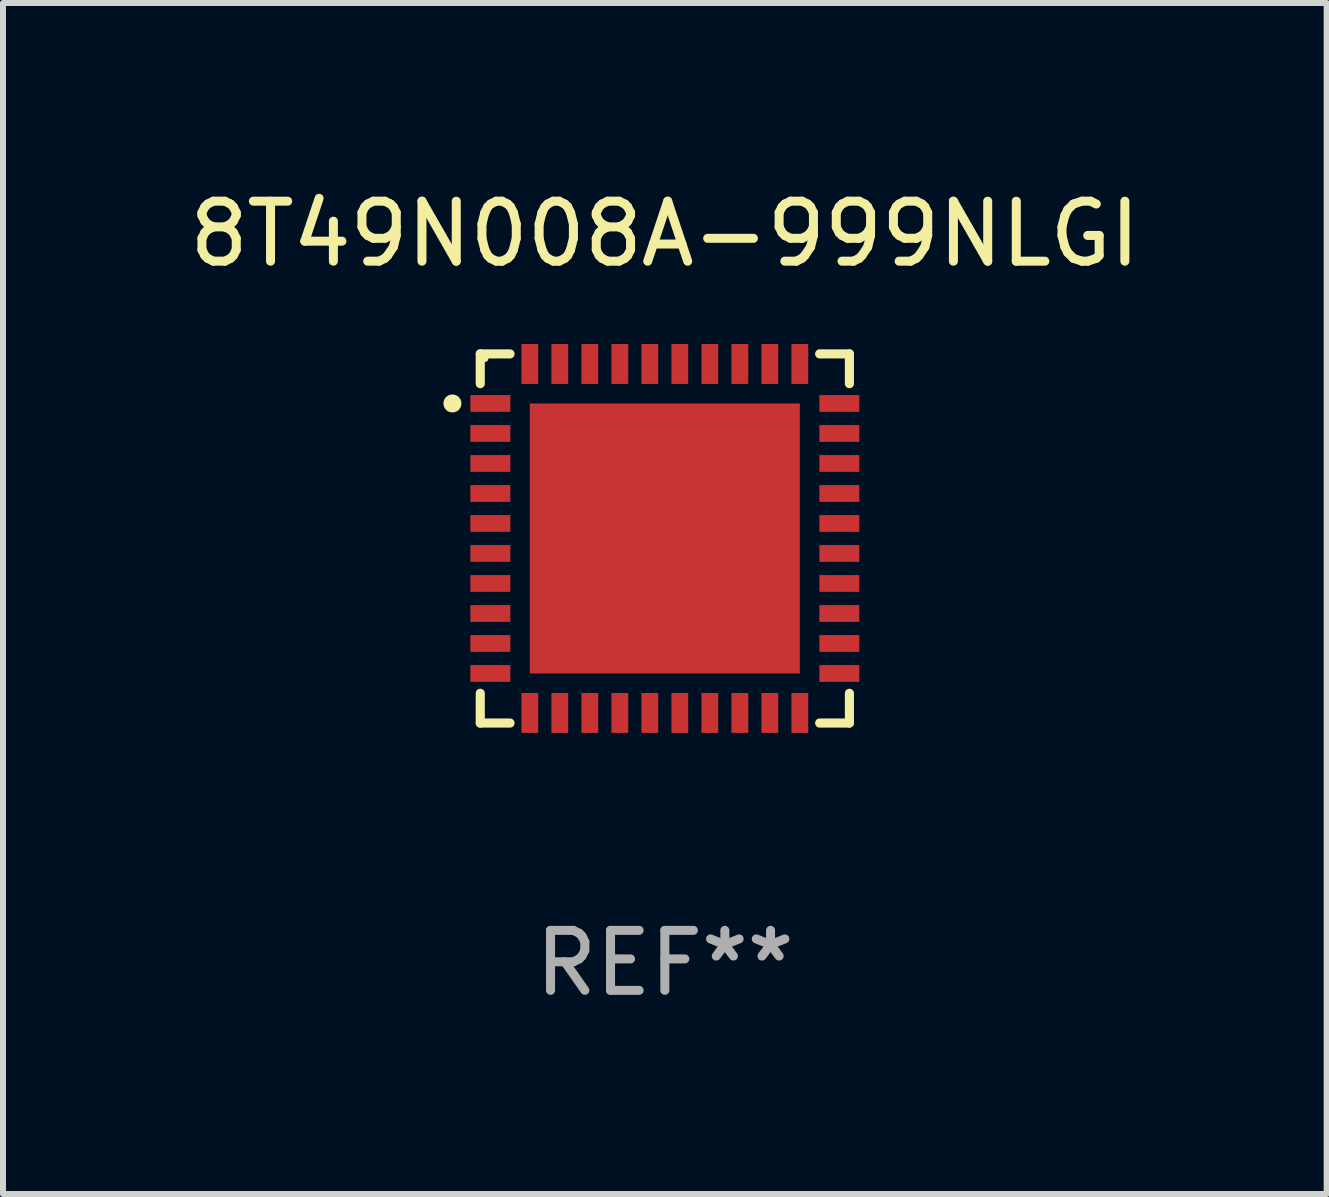
<source format=kicad_pcb>
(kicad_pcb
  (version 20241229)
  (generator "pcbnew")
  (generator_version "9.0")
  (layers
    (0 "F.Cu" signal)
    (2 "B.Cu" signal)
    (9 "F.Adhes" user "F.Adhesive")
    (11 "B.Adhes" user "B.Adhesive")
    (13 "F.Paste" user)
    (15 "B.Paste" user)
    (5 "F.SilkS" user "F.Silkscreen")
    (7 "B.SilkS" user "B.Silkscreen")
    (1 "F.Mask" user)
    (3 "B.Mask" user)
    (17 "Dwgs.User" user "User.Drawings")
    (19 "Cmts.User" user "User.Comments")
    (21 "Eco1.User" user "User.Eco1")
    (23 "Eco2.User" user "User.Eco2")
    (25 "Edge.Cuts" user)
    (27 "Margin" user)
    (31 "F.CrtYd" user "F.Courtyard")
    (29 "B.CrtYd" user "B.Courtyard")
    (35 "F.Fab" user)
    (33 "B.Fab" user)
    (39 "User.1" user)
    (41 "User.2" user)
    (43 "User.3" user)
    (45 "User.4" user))
  (footprint "8T49N008A-999NLGI"
    (layer "F.Cu")
    (at 8.03 5.924)
    (property "Reference" "8T49N008A-999NLGI" (at 0 -5.076 0) (layer "F.SilkS") (effects (font (size 1 1) (thickness 0.15))))
    (attr through_hole)
    (fp_line (start -3.076 -3.076) (end -3.076 -2.58) (stroke (width 0.152) (type solid)) (layer "F.SilkS"))
    (fp_line (start -3.076 3.076) (end -3.076 2.58) (stroke (width 0.152) (type solid)) (layer "F.SilkS"))
    (fp_line (start -2.58 -3.076) (end -3.076 -3.076) (stroke (width 0.152) (type solid)) (layer "F.SilkS"))
    (fp_line (start -2.58 3.076) (end -3.076 3.076) (stroke (width 0.152) (type solid)) (layer "F.SilkS"))
    (fp_line (start 2.58 -3.076) (end 3.076 -3.076) (stroke (width 0.152) (type solid)) (layer "F.SilkS"))
    (fp_line (start 2.58 3.076) (end 3.076 3.076) (stroke (width 0.152) (type solid)) (layer "F.SilkS"))
    (fp_line (start 3.076 -3.076) (end 3.076 -2.58) (stroke (width 0.152) (type solid)) (layer "F.SilkS"))
    (fp_line (start 3.076 3.076) (end 3.076 2.58) (stroke (width 0.152) (type solid)) (layer "F.SilkS"))
    (fp_circle (center -3.54 -2.25) (end -3.465 -2.25) (stroke (width 0.15) (type solid)) (fill no) (layer "F.SilkS"))
    (fp_circle (center -3 -3) (end -2.97 -3) (stroke (width 0.06) (type solid)) (fill no) (layer "F.SilkS"))
    (fp_text user "REF**" (at 0 7.076 0) (layer "F.Fab") (effects (font (size 1 1) (thickness 0.15))))
    (pad "1" smd rect (at -2.908 -2.25) (size 0.665 0.28) (layers "F.Cu" "F.Mask" "F.Paste"))
    (pad "2" smd rect (at -2.908 -1.75) (size 0.665 0.28) (layers "F.Cu" "F.Mask" "F.Paste"))
    (pad "3" smd rect (at -2.908 -1.25) (size 0.665 0.28) (layers "F.Cu" "F.Mask" "F.Paste"))
    (pad "4" smd rect (at -2.908 -0.75) (size 0.665 0.28) (layers "F.Cu" "F.Mask" "F.Paste"))
    (pad "5" smd rect (at -2.908 -0.25) (size 0.665 0.28) (layers "F.Cu" "F.Mask" "F.Paste"))
    (pad "6" smd rect (at -2.908 0.25) (size 0.665 0.28) (layers "F.Cu" "F.Mask" "F.Paste"))
    (pad "7" smd rect (at -2.908 0.75) (size 0.665 0.28) (layers "F.Cu" "F.Mask" "F.Paste"))
    (pad "8" smd rect (at -2.908 1.25) (size 0.665 0.28) (layers "F.Cu" "F.Mask" "F.Paste"))
    (pad "9" smd rect (at -2.908 1.75) (size 0.665 0.28) (layers "F.Cu" "F.Mask" "F.Paste"))
    (pad "10" smd rect (at -2.908 2.25) (size 0.665 0.28) (layers "F.Cu" "F.Mask" "F.Paste"))
    (pad "11" smd rect (at -2.25 2.908) (size 0.28 0.665) (layers "F.Cu" "F.Mask" "F.Paste"))
    (pad "12" smd rect (at -1.75 2.908) (size 0.28 0.665) (layers "F.Cu" "F.Mask" "F.Paste"))
    (pad "13" smd rect (at -1.25 2.908) (size 0.28 0.665) (layers "F.Cu" "F.Mask" "F.Paste"))
    (pad "14" smd rect (at -0.75 2.908) (size 0.28 0.665) (layers "F.Cu" "F.Mask" "F.Paste"))
    (pad "15" smd rect (at -0.25 2.908) (size 0.28 0.665) (layers "F.Cu" "F.Mask" "F.Paste"))
    (pad "16" smd rect (at 0.25 2.908) (size 0.28 0.665) (layers "F.Cu" "F.Mask" "F.Paste"))
    (pad "17" smd rect (at 0.75 2.908) (size 0.28 0.665) (layers "F.Cu" "F.Mask" "F.Paste"))
    (pad "18" smd rect (at 1.25 2.908) (size 0.28 0.665) (layers "F.Cu" "F.Mask" "F.Paste"))
    (pad "19" smd rect (at 1.75 2.908) (size 0.28 0.665) (layers "F.Cu" "F.Mask" "F.Paste"))
    (pad "20" smd rect (at 2.25 2.908) (size 0.28 0.665) (layers "F.Cu" "F.Mask" "F.Paste"))
    (pad "21" smd rect (at 2.908 2.25) (size 0.665 0.28) (layers "F.Cu" "F.Mask" "F.Paste"))
    (pad "22" smd rect (at 2.908 1.75) (size 0.665 0.28) (layers "F.Cu" "F.Mask" "F.Paste"))
    (pad "23" smd rect (at 2.908 1.25) (size 0.665 0.28) (layers "F.Cu" "F.Mask" "F.Paste"))
    (pad "24" smd rect (at 2.908 0.75) (size 0.665 0.28) (layers "F.Cu" "F.Mask" "F.Paste"))
    (pad "25" smd rect (at 2.908 0.25) (size 0.665 0.28) (layers "F.Cu" "F.Mask" "F.Paste"))
    (pad "26" smd rect (at 2.908 -0.25) (size 0.665 0.28) (layers "F.Cu" "F.Mask" "F.Paste"))
    (pad "27" smd rect (at 2.908 -0.75) (size 0.665 0.28) (layers "F.Cu" "F.Mask" "F.Paste"))
    (pad "28" smd rect (at 2.908 -1.25) (size 0.665 0.28) (layers "F.Cu" "F.Mask" "F.Paste"))
    (pad "29" smd rect (at 2.908 -1.75) (size 0.665 0.28) (layers "F.Cu" "F.Mask" "F.Paste"))
    (pad "30" smd rect (at 2.908 -2.25) (size 0.665 0.28) (layers "F.Cu" "F.Mask" "F.Paste"))
    (pad "31" smd rect (at 2.25 -2.908) (size 0.28 0.665) (layers "F.Cu" "F.Mask" "F.Paste"))
    (pad "32" smd rect (at 1.75 -2.908) (size 0.28 0.665) (layers "F.Cu" "F.Mask" "F.Paste"))
    (pad "33" smd rect (at 1.25 -2.908) (size 0.28 0.665) (layers "F.Cu" "F.Mask" "F.Paste"))
    (pad "34" smd rect (at 0.75 -2.908) (size 0.28 0.665) (layers "F.Cu" "F.Mask" "F.Paste"))
    (pad "35" smd rect (at 0.25 -2.908) (size 0.28 0.665) (layers "F.Cu" "F.Mask" "F.Paste"))
    (pad "36" smd rect (at -0.25 -2.908) (size 0.28 0.665) (layers "F.Cu" "F.Mask" "F.Paste"))
    (pad "37" smd rect (at -0.75 -2.908) (size 0.28 0.665) (layers "F.Cu" "F.Mask" "F.Paste"))
    (pad "38" smd rect (at -1.25 -2.908) (size 0.28 0.665) (layers "F.Cu" "F.Mask" "F.Paste"))
    (pad "39" smd rect (at -1.75 -2.908) (size 0.28 0.665) (layers "F.Cu" "F.Mask" "F.Paste"))
    (pad "40" smd rect (at -2.25 -2.908) (size 0.28 0.665) (layers "F.Cu" "F.Mask" "F.Paste"))
    (pad "41" smd rect (at 0 0) (size 4.5 4.5) (layers "F.Cu" "F.Mask" "F.Paste")))
  (gr_rect
    (start -3 -3)
    (end 19.06 16.849)
    (stroke (width 0.1) (type default))
    (fill no)
    (layer "Edge.Cuts")))
</source>
